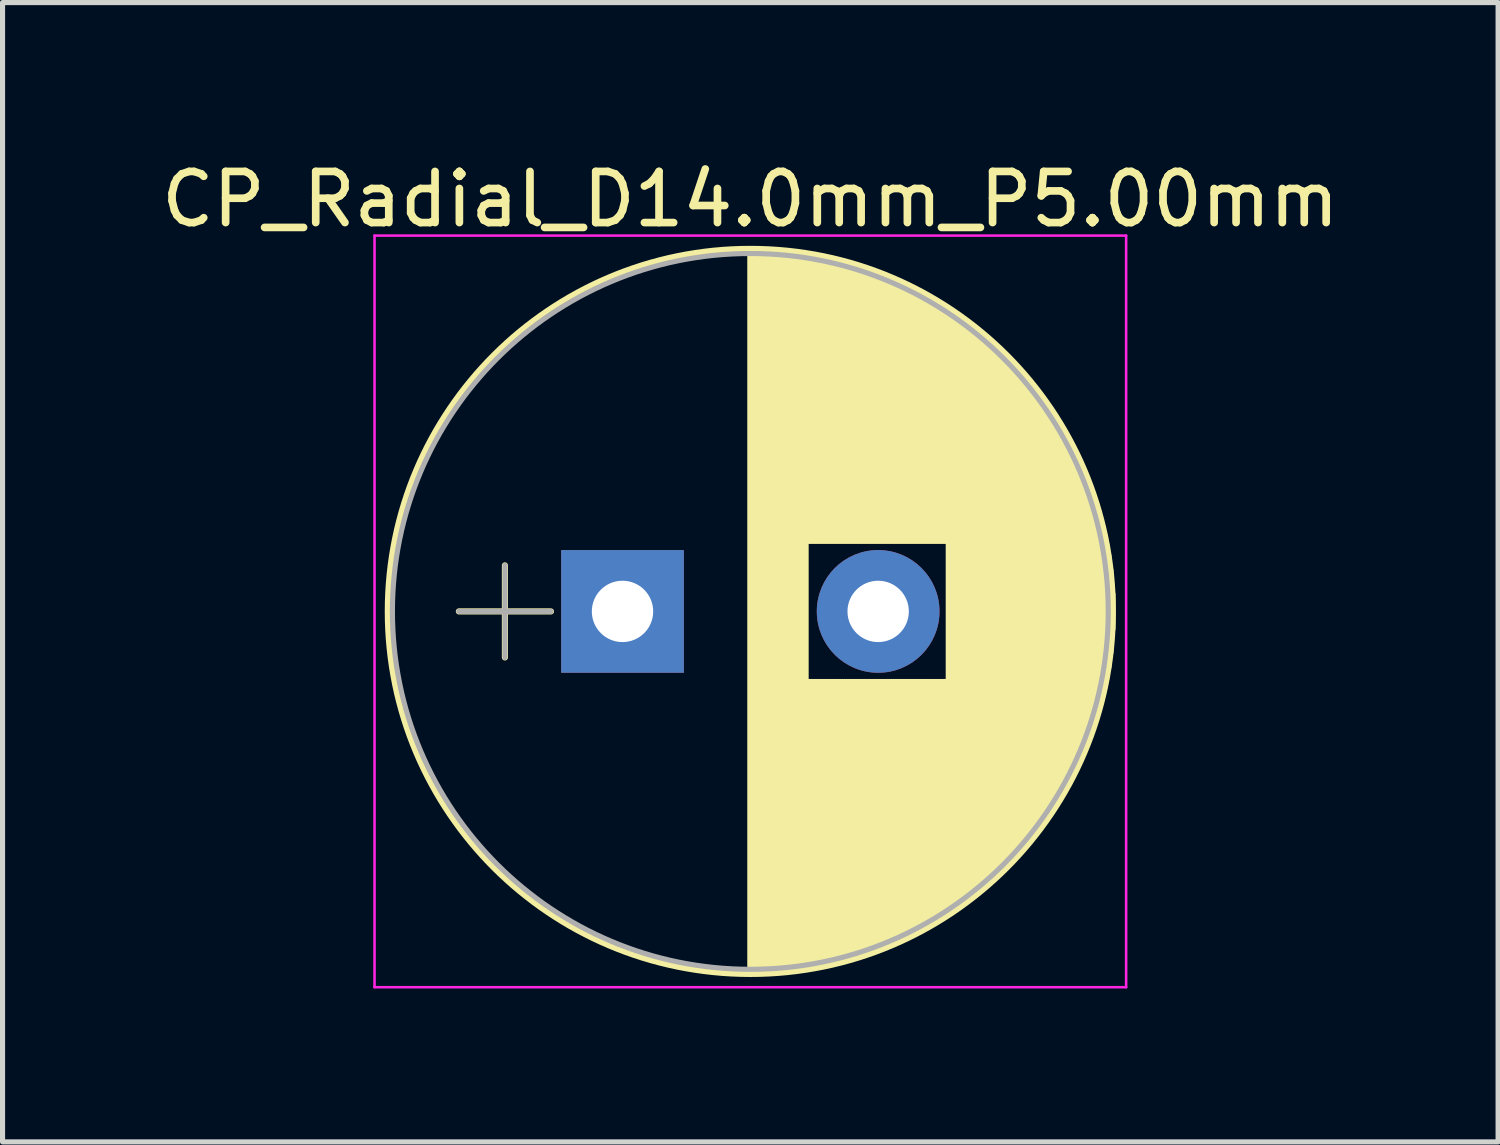
<source format=kicad_pcb>
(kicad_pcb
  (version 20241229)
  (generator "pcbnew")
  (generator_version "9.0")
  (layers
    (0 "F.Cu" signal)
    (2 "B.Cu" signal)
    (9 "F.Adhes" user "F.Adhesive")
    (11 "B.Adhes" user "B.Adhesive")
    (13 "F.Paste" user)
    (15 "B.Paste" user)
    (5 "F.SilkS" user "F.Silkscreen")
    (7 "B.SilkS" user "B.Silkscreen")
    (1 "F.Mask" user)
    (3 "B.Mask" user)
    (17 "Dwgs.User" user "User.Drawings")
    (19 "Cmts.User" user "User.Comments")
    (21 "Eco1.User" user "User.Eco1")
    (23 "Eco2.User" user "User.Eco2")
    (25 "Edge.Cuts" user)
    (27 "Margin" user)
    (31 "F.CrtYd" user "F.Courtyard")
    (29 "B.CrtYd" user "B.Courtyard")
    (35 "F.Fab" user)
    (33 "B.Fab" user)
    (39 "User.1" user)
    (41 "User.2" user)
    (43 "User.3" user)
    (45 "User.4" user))
  (footprint "CP_Radial_D14.0mm_P5.00mm"
    (layer "F.Cu")
    (at 9.125 8.908)
    (property "Reference" "CP_Radial_D14.0mm_P5.00mm" (at 2.5 -8.06 0) (layer "F.SilkS") (effects (font (size 1 1) (thickness 0.15))))
    (attr through_hole)
    (fp_line (start -3.2 0) (end -1.4 0) (stroke (width 0.12) (type solid)) (layer "F.SilkS"))
    (fp_line (start -2.3 -0.9) (end -2.3 0.9) (stroke (width 0.12) (type solid)) (layer "F.SilkS"))
    (fp_line (start 2.5 -7.05) (end 2.5 7.05) (stroke (width 0.12) (type solid)) (layer "F.SilkS"))
    (fp_line (start 2.54 -7.05) (end 2.54 7.05) (stroke (width 0.12) (type solid)) (layer "F.SilkS"))
    (fp_line (start 2.58 -7.05) (end 2.58 7.05) (stroke (width 0.12) (type solid)) (layer "F.SilkS"))
    (fp_line (start 2.62 -7.049) (end 2.62 7.049) (stroke (width 0.12) (type solid)) (layer "F.SilkS"))
    (fp_line (start 2.66 -7.049) (end 2.66 7.049) (stroke (width 0.12) (type solid)) (layer "F.SilkS"))
    (fp_line (start 2.7 -7.048) (end 2.7 7.048) (stroke (width 0.12) (type solid)) (layer "F.SilkS"))
    (fp_line (start 2.74 -7.046) (end 2.74 7.046) (stroke (width 0.12) (type solid)) (layer "F.SilkS"))
    (fp_line (start 2.78 -7.045) (end 2.78 7.045) (stroke (width 0.12) (type solid)) (layer "F.SilkS"))
    (fp_line (start 2.82 -7.043) (end 2.82 7.043) (stroke (width 0.12) (type solid)) (layer "F.SilkS"))
    (fp_line (start 2.86 -7.041) (end 2.86 7.041) (stroke (width 0.12) (type solid)) (layer "F.SilkS"))
    (fp_line (start 2.9 -7.039) (end 2.9 7.039) (stroke (width 0.12) (type solid)) (layer "F.SilkS"))
    (fp_line (start 2.94 -7.037) (end 2.94 7.037) (stroke (width 0.12) (type solid)) (layer "F.SilkS"))
    (fp_line (start 2.98 -7.034) (end 2.98 7.034) (stroke (width 0.12) (type solid)) (layer "F.SilkS"))
    (fp_line (start 3.02 -7.031) (end 3.02 7.031) (stroke (width 0.12) (type solid)) (layer "F.SilkS"))
    (fp_line (start 3.06 -7.028) (end 3.06 7.028) (stroke (width 0.12) (type solid)) (layer "F.SilkS"))
    (fp_line (start 3.1 -7.025) (end 3.1 7.025) (stroke (width 0.12) (type solid)) (layer "F.SilkS"))
    (fp_line (start 3.14 -7.022) (end 3.14 7.022) (stroke (width 0.12) (type solid)) (layer "F.SilkS"))
    (fp_line (start 3.18 -7.018) (end 3.18 7.018) (stroke (width 0.12) (type solid)) (layer "F.SilkS"))
    (fp_line (start 3.221 -7.014) (end 3.221 7.014) (stroke (width 0.12) (type solid)) (layer "F.SilkS"))
    (fp_line (start 3.261 -7.01) (end 3.261 7.01) (stroke (width 0.12) (type solid)) (layer "F.SilkS"))
    (fp_line (start 3.301 -7.005) (end 3.301 7.005) (stroke (width 0.12) (type solid)) (layer "F.SilkS"))
    (fp_line (start 3.341 -7.001) (end 3.341 7.001) (stroke (width 0.12) (type solid)) (layer "F.SilkS"))
    (fp_line (start 3.381 -6.996) (end 3.381 6.996) (stroke (width 0.12) (type solid)) (layer "F.SilkS"))
    (fp_line (start 3.421 -6.991) (end 3.421 6.991) (stroke (width 0.12) (type solid)) (layer "F.SilkS"))
    (fp_line (start 3.461 -6.985) (end 3.461 6.985) (stroke (width 0.12) (type solid)) (layer "F.SilkS"))
    (fp_line (start 3.501 -6.98) (end 3.501 6.98) (stroke (width 0.12) (type solid)) (layer "F.SilkS"))
    (fp_line (start 3.541 -6.974) (end 3.541 6.974) (stroke (width 0.12) (type solid)) (layer "F.SilkS"))
    (fp_line (start 3.581 -6.968) (end 3.581 6.968) (stroke (width 0.12) (type solid)) (layer "F.SilkS"))
    (fp_line (start 3.621 -6.961) (end 3.621 -1.38) (stroke (width 0.12) (type solid)) (layer "F.SilkS"))
    (fp_line (start 3.621 1.38) (end 3.621 6.961) (stroke (width 0.12) (type solid)) (layer "F.SilkS"))
    (fp_line (start 3.661 -6.955) (end 3.661 -1.38) (stroke (width 0.12) (type solid)) (layer "F.SilkS"))
    (fp_line (start 3.661 1.38) (end 3.661 6.955) (stroke (width 0.12) (type solid)) (layer "F.SilkS"))
    (fp_line (start 3.701 -6.948) (end 3.701 -1.38) (stroke (width 0.12) (type solid)) (layer "F.SilkS"))
    (fp_line (start 3.701 1.38) (end 3.701 6.948) (stroke (width 0.12) (type solid)) (layer "F.SilkS"))
    (fp_line (start 3.741 -6.941) (end 3.741 -1.38) (stroke (width 0.12) (type solid)) (layer "F.SilkS"))
    (fp_line (start 3.741 1.38) (end 3.741 6.941) (stroke (width 0.12) (type solid)) (layer "F.SilkS"))
    (fp_line (start 3.781 -6.934) (end 3.781 -1.38) (stroke (width 0.12) (type solid)) (layer "F.SilkS"))
    (fp_line (start 3.781 1.38) (end 3.781 6.934) (stroke (width 0.12) (type solid)) (layer "F.SilkS"))
    (fp_line (start 3.821 -6.927) (end 3.821 -1.38) (stroke (width 0.12) (type solid)) (layer "F.SilkS"))
    (fp_line (start 3.821 1.38) (end 3.821 6.927) (stroke (width 0.12) (type solid)) (layer "F.SilkS"))
    (fp_line (start 3.861 -6.919) (end 3.861 -1.38) (stroke (width 0.12) (type solid)) (layer "F.SilkS"))
    (fp_line (start 3.861 1.38) (end 3.861 6.919) (stroke (width 0.12) (type solid)) (layer "F.SilkS"))
    (fp_line (start 3.901 -6.911) (end 3.901 -1.38) (stroke (width 0.12) (type solid)) (layer "F.SilkS"))
    (fp_line (start 3.901 1.38) (end 3.901 6.911) (stroke (width 0.12) (type solid)) (layer "F.SilkS"))
    (fp_line (start 3.941 -6.903) (end 3.941 -1.38) (stroke (width 0.12) (type solid)) (layer "F.SilkS"))
    (fp_line (start 3.941 1.38) (end 3.941 6.903) (stroke (width 0.12) (type solid)) (layer "F.SilkS"))
    (fp_line (start 3.981 -6.894) (end 3.981 -1.38) (stroke (width 0.12) (type solid)) (layer "F.SilkS"))
    (fp_line (start 3.981 1.38) (end 3.981 6.894) (stroke (width 0.12) (type solid)) (layer "F.SilkS"))
    (fp_line (start 4.021 -6.886) (end 4.021 -1.38) (stroke (width 0.12) (type solid)) (layer "F.SilkS"))
    (fp_line (start 4.021 1.38) (end 4.021 6.886) (stroke (width 0.12) (type solid)) (layer "F.SilkS"))
    (fp_line (start 4.061 -6.877) (end 4.061 -1.38) (stroke (width 0.12) (type solid)) (layer "F.SilkS"))
    (fp_line (start 4.061 1.38) (end 4.061 6.877) (stroke (width 0.12) (type solid)) (layer "F.SilkS"))
    (fp_line (start 4.101 -6.868) (end 4.101 -1.38) (stroke (width 0.12) (type solid)) (layer "F.SilkS"))
    (fp_line (start 4.101 1.38) (end 4.101 6.868) (stroke (width 0.12) (type solid)) (layer "F.SilkS"))
    (fp_line (start 4.141 -6.858) (end 4.141 -1.38) (stroke (width 0.12) (type solid)) (layer "F.SilkS"))
    (fp_line (start 4.141 1.38) (end 4.141 6.858) (stroke (width 0.12) (type solid)) (layer "F.SilkS"))
    (fp_line (start 4.181 -6.849) (end 4.181 -1.38) (stroke (width 0.12) (type solid)) (layer "F.SilkS"))
    (fp_line (start 4.181 1.38) (end 4.181 6.849) (stroke (width 0.12) (type solid)) (layer "F.SilkS"))
    (fp_line (start 4.221 -6.839) (end 4.221 -1.38) (stroke (width 0.12) (type solid)) (layer "F.SilkS"))
    (fp_line (start 4.221 1.38) (end 4.221 6.839) (stroke (width 0.12) (type solid)) (layer "F.SilkS"))
    (fp_line (start 4.261 -6.829) (end 4.261 -1.38) (stroke (width 0.12) (type solid)) (layer "F.SilkS"))
    (fp_line (start 4.261 1.38) (end 4.261 6.829) (stroke (width 0.12) (type solid)) (layer "F.SilkS"))
    (fp_line (start 4.301 -6.818) (end 4.301 -1.38) (stroke (width 0.12) (type solid)) (layer "F.SilkS"))
    (fp_line (start 4.301 1.38) (end 4.301 6.818) (stroke (width 0.12) (type solid)) (layer "F.SilkS"))
    (fp_line (start 4.341 -6.808) (end 4.341 -1.38) (stroke (width 0.12) (type solid)) (layer "F.SilkS"))
    (fp_line (start 4.341 1.38) (end 4.341 6.808) (stroke (width 0.12) (type solid)) (layer "F.SilkS"))
    (fp_line (start 4.381 -6.797) (end 4.381 -1.38) (stroke (width 0.12) (type solid)) (layer "F.SilkS"))
    (fp_line (start 4.381 1.38) (end 4.381 6.797) (stroke (width 0.12) (type solid)) (layer "F.SilkS"))
    (fp_line (start 4.421 -6.786) (end 4.421 -1.38) (stroke (width 0.12) (type solid)) (layer "F.SilkS"))
    (fp_line (start 4.421 1.38) (end 4.421 6.786) (stroke (width 0.12) (type solid)) (layer "F.SilkS"))
    (fp_line (start 4.461 -6.774) (end 4.461 -1.38) (stroke (width 0.12) (type solid)) (layer "F.SilkS"))
    (fp_line (start 4.461 1.38) (end 4.461 6.774) (stroke (width 0.12) (type solid)) (layer "F.SilkS"))
    (fp_line (start 4.501 -6.763) (end 4.501 -1.38) (stroke (width 0.12) (type solid)) (layer "F.SilkS"))
    (fp_line (start 4.501 1.38) (end 4.501 6.763) (stroke (width 0.12) (type solid)) (layer "F.SilkS"))
    (fp_line (start 4.541 -6.751) (end 4.541 -1.38) (stroke (width 0.12) (type solid)) (layer "F.SilkS"))
    (fp_line (start 4.541 1.38) (end 4.541 6.751) (stroke (width 0.12) (type solid)) (layer "F.SilkS"))
    (fp_line (start 4.581 -6.739) (end 4.581 -1.38) (stroke (width 0.12) (type solid)) (layer "F.SilkS"))
    (fp_line (start 4.581 1.38) (end 4.581 6.739) (stroke (width 0.12) (type solid)) (layer "F.SilkS"))
    (fp_line (start 4.621 -6.726) (end 4.621 -1.38) (stroke (width 0.12) (type solid)) (layer "F.SilkS"))
    (fp_line (start 4.621 1.38) (end 4.621 6.726) (stroke (width 0.12) (type solid)) (layer "F.SilkS"))
    (fp_line (start 4.661 -6.713) (end 4.661 -1.38) (stroke (width 0.12) (type solid)) (layer "F.SilkS"))
    (fp_line (start 4.661 1.38) (end 4.661 6.713) (stroke (width 0.12) (type solid)) (layer "F.SilkS"))
    (fp_line (start 4.701 -6.701) (end 4.701 -1.38) (stroke (width 0.12) (type solid)) (layer "F.SilkS"))
    (fp_line (start 4.701 1.38) (end 4.701 6.701) (stroke (width 0.12) (type solid)) (layer "F.SilkS"))
    (fp_line (start 4.741 -6.687) (end 4.741 -1.38) (stroke (width 0.12) (type solid)) (layer "F.SilkS"))
    (fp_line (start 4.741 1.38) (end 4.741 6.687) (stroke (width 0.12) (type solid)) (layer "F.SilkS"))
    (fp_line (start 4.781 -6.674) (end 4.781 -1.38) (stroke (width 0.12) (type solid)) (layer "F.SilkS"))
    (fp_line (start 4.781 1.38) (end 4.781 6.674) (stroke (width 0.12) (type solid)) (layer "F.SilkS"))
    (fp_line (start 4.821 -6.66) (end 4.821 -1.38) (stroke (width 0.12) (type solid)) (layer "F.SilkS"))
    (fp_line (start 4.821 1.38) (end 4.821 6.66) (stroke (width 0.12) (type solid)) (layer "F.SilkS"))
    (fp_line (start 4.861 -6.646) (end 4.861 -1.38) (stroke (width 0.12) (type solid)) (layer "F.SilkS"))
    (fp_line (start 4.861 1.38) (end 4.861 6.646) (stroke (width 0.12) (type solid)) (layer "F.SilkS"))
    (fp_line (start 4.901 -6.632) (end 4.901 -1.38) (stroke (width 0.12) (type solid)) (layer "F.SilkS"))
    (fp_line (start 4.901 1.38) (end 4.901 6.632) (stroke (width 0.12) (type solid)) (layer "F.SilkS"))
    (fp_line (start 4.941 -6.617) (end 4.941 -1.38) (stroke (width 0.12) (type solid)) (layer "F.SilkS"))
    (fp_line (start 4.941 1.38) (end 4.941 6.617) (stroke (width 0.12) (type solid)) (layer "F.SilkS"))
    (fp_line (start 4.981 -6.603) (end 4.981 -1.38) (stroke (width 0.12) (type solid)) (layer "F.SilkS"))
    (fp_line (start 4.981 1.38) (end 4.981 6.603) (stroke (width 0.12) (type solid)) (layer "F.SilkS"))
    (fp_line (start 5.021 -6.588) (end 5.021 -1.38) (stroke (width 0.12) (type solid)) (layer "F.SilkS"))
    (fp_line (start 5.021 1.38) (end 5.021 6.588) (stroke (width 0.12) (type solid)) (layer "F.SilkS"))
    (fp_line (start 5.061 -6.572) (end 5.061 -1.38) (stroke (width 0.12) (type solid)) (layer "F.SilkS"))
    (fp_line (start 5.061 1.38) (end 5.061 6.572) (stroke (width 0.12) (type solid)) (layer "F.SilkS"))
    (fp_line (start 5.101 -6.557) (end 5.101 -1.38) (stroke (width 0.12) (type solid)) (layer "F.SilkS"))
    (fp_line (start 5.101 1.38) (end 5.101 6.557) (stroke (width 0.12) (type solid)) (layer "F.SilkS"))
    (fp_line (start 5.141 -6.541) (end 5.141 -1.38) (stroke (width 0.12) (type solid)) (layer "F.SilkS"))
    (fp_line (start 5.141 1.38) (end 5.141 6.541) (stroke (width 0.12) (type solid)) (layer "F.SilkS"))
    (fp_line (start 5.181 -6.524) (end 5.181 -1.38) (stroke (width 0.12) (type solid)) (layer "F.SilkS"))
    (fp_line (start 5.181 1.38) (end 5.181 6.524) (stroke (width 0.12) (type solid)) (layer "F.SilkS"))
    (fp_line (start 5.221 -6.508) (end 5.221 -1.38) (stroke (width 0.12) (type solid)) (layer "F.SilkS"))
    (fp_line (start 5.221 1.38) (end 5.221 6.508) (stroke (width 0.12) (type solid)) (layer "F.SilkS"))
    (fp_line (start 5.261 -6.491) (end 5.261 -1.38) (stroke (width 0.12) (type solid)) (layer "F.SilkS"))
    (fp_line (start 5.261 1.38) (end 5.261 6.491) (stroke (width 0.12) (type solid)) (layer "F.SilkS"))
    (fp_line (start 5.301 -6.474) (end 5.301 -1.38) (stroke (width 0.12) (type solid)) (layer "F.SilkS"))
    (fp_line (start 5.301 1.38) (end 5.301 6.474) (stroke (width 0.12) (type solid)) (layer "F.SilkS"))
    (fp_line (start 5.341 -6.457) (end 5.341 -1.38) (stroke (width 0.12) (type solid)) (layer "F.SilkS"))
    (fp_line (start 5.341 1.38) (end 5.341 6.457) (stroke (width 0.12) (type solid)) (layer "F.SilkS"))
    (fp_line (start 5.381 -6.439) (end 5.381 -1.38) (stroke (width 0.12) (type solid)) (layer "F.SilkS"))
    (fp_line (start 5.381 1.38) (end 5.381 6.439) (stroke (width 0.12) (type solid)) (layer "F.SilkS"))
    (fp_line (start 5.421 -6.421) (end 5.421 -1.38) (stroke (width 0.12) (type solid)) (layer "F.SilkS"))
    (fp_line (start 5.421 1.38) (end 5.421 6.421) (stroke (width 0.12) (type solid)) (layer "F.SilkS"))
    (fp_line (start 5.461 -6.403) (end 5.461 -1.38) (stroke (width 0.12) (type solid)) (layer "F.SilkS"))
    (fp_line (start 5.461 1.38) (end 5.461 6.403) (stroke (width 0.12) (type solid)) (layer "F.SilkS"))
    (fp_line (start 5.501 -6.385) (end 5.501 -1.38) (stroke (width 0.12) (type solid)) (layer "F.SilkS"))
    (fp_line (start 5.501 1.38) (end 5.501 6.385) (stroke (width 0.12) (type solid)) (layer "F.SilkS"))
    (fp_line (start 5.541 -6.366) (end 5.541 -1.38) (stroke (width 0.12) (type solid)) (layer "F.SilkS"))
    (fp_line (start 5.541 1.38) (end 5.541 6.366) (stroke (width 0.12) (type solid)) (layer "F.SilkS"))
    (fp_line (start 5.581 -6.347) (end 5.581 -1.38) (stroke (width 0.12) (type solid)) (layer "F.SilkS"))
    (fp_line (start 5.581 1.38) (end 5.581 6.347) (stroke (width 0.12) (type solid)) (layer "F.SilkS"))
    (fp_line (start 5.621 -6.327) (end 5.621 -1.38) (stroke (width 0.12) (type solid)) (layer "F.SilkS"))
    (fp_line (start 5.621 1.38) (end 5.621 6.327) (stroke (width 0.12) (type solid)) (layer "F.SilkS"))
    (fp_line (start 5.661 -6.307) (end 5.661 -1.38) (stroke (width 0.12) (type solid)) (layer "F.SilkS"))
    (fp_line (start 5.661 1.38) (end 5.661 6.307) (stroke (width 0.12) (type solid)) (layer "F.SilkS"))
    (fp_line (start 5.701 -6.287) (end 5.701 -1.38) (stroke (width 0.12) (type solid)) (layer "F.SilkS"))
    (fp_line (start 5.701 1.38) (end 5.701 6.287) (stroke (width 0.12) (type solid)) (layer "F.SilkS"))
    (fp_line (start 5.741 -6.267) (end 5.741 -1.38) (stroke (width 0.12) (type solid)) (layer "F.SilkS"))
    (fp_line (start 5.741 1.38) (end 5.741 6.267) (stroke (width 0.12) (type solid)) (layer "F.SilkS"))
    (fp_line (start 5.781 -6.246) (end 5.781 -1.38) (stroke (width 0.12) (type solid)) (layer "F.SilkS"))
    (fp_line (start 5.781 1.38) (end 5.781 6.246) (stroke (width 0.12) (type solid)) (layer "F.SilkS"))
    (fp_line (start 5.821 -6.225) (end 5.821 -1.38) (stroke (width 0.12) (type solid)) (layer "F.SilkS"))
    (fp_line (start 5.821 1.38) (end 5.821 6.225) (stroke (width 0.12) (type solid)) (layer "F.SilkS"))
    (fp_line (start 5.861 -6.204) (end 5.861 -1.38) (stroke (width 0.12) (type solid)) (layer "F.SilkS"))
    (fp_line (start 5.861 1.38) (end 5.861 6.204) (stroke (width 0.12) (type solid)) (layer "F.SilkS"))
    (fp_line (start 5.901 -6.182) (end 5.901 -1.38) (stroke (width 0.12) (type solid)) (layer "F.SilkS"))
    (fp_line (start 5.901 1.38) (end 5.901 6.182) (stroke (width 0.12) (type solid)) (layer "F.SilkS"))
    (fp_line (start 5.941 -6.16) (end 5.941 -1.38) (stroke (width 0.12) (type solid)) (layer "F.SilkS"))
    (fp_line (start 5.941 1.38) (end 5.941 6.16) (stroke (width 0.12) (type solid)) (layer "F.SilkS"))
    (fp_line (start 5.981 -6.138) (end 5.981 -1.38) (stroke (width 0.12) (type solid)) (layer "F.SilkS"))
    (fp_line (start 5.981 1.38) (end 5.981 6.138) (stroke (width 0.12) (type solid)) (layer "F.SilkS"))
    (fp_line (start 6.021 -6.115) (end 6.021 -1.38) (stroke (width 0.12) (type solid)) (layer "F.SilkS"))
    (fp_line (start 6.021 1.38) (end 6.021 6.115) (stroke (width 0.12) (type solid)) (layer "F.SilkS"))
    (fp_line (start 6.061 -6.092) (end 6.061 -1.38) (stroke (width 0.12) (type solid)) (layer "F.SilkS"))
    (fp_line (start 6.061 1.38) (end 6.061 6.092) (stroke (width 0.12) (type solid)) (layer "F.SilkS"))
    (fp_line (start 6.101 -6.069) (end 6.101 -1.38) (stroke (width 0.12) (type solid)) (layer "F.SilkS"))
    (fp_line (start 6.101 1.38) (end 6.101 6.069) (stroke (width 0.12) (type solid)) (layer "F.SilkS"))
    (fp_line (start 6.141 -6.045) (end 6.141 -1.38) (stroke (width 0.12) (type solid)) (layer "F.SilkS"))
    (fp_line (start 6.141 1.38) (end 6.141 6.045) (stroke (width 0.12) (type solid)) (layer "F.SilkS"))
    (fp_line (start 6.181 -6.021) (end 6.181 -1.38) (stroke (width 0.12) (type solid)) (layer "F.SilkS"))
    (fp_line (start 6.181 1.38) (end 6.181 6.021) (stroke (width 0.12) (type solid)) (layer "F.SilkS"))
    (fp_line (start 6.221 -5.996) (end 6.221 -1.38) (stroke (width 0.12) (type solid)) (layer "F.SilkS"))
    (fp_line (start 6.221 1.38) (end 6.221 5.996) (stroke (width 0.12) (type solid)) (layer "F.SilkS"))
    (fp_line (start 6.261 -5.971) (end 6.261 -1.38) (stroke (width 0.12) (type solid)) (layer "F.SilkS"))
    (fp_line (start 6.261 1.38) (end 6.261 5.971) (stroke (width 0.12) (type solid)) (layer "F.SilkS"))
    (fp_line (start 6.301 -5.946) (end 6.301 -1.38) (stroke (width 0.12) (type solid)) (layer "F.SilkS"))
    (fp_line (start 6.301 1.38) (end 6.301 5.946) (stroke (width 0.12) (type solid)) (layer "F.SilkS"))
    (fp_line (start 6.341 -5.921) (end 6.341 -1.38) (stroke (width 0.12) (type solid)) (layer "F.SilkS"))
    (fp_line (start 6.341 1.38) (end 6.341 5.921) (stroke (width 0.12) (type solid)) (layer "F.SilkS"))
    (fp_line (start 6.381 -5.895) (end 6.381 5.895) (stroke (width 0.12) (type solid)) (layer "F.SilkS"))
    (fp_line (start 6.421 -5.868) (end 6.421 5.868) (stroke (width 0.12) (type solid)) (layer "F.SilkS"))
    (fp_line (start 6.461 -5.842) (end 6.461 5.842) (stroke (width 0.12) (type solid)) (layer "F.SilkS"))
    (fp_line (start 6.501 -5.814) (end 6.501 5.814) (stroke (width 0.12) (type solid)) (layer "F.SilkS"))
    (fp_line (start 6.541 -5.787) (end 6.541 5.787) (stroke (width 0.12) (type solid)) (layer "F.SilkS"))
    (fp_line (start 6.581 -5.759) (end 6.581 5.759) (stroke (width 0.12) (type solid)) (layer "F.SilkS"))
    (fp_line (start 6.621 -5.731) (end 6.621 5.731) (stroke (width 0.12) (type solid)) (layer "F.SilkS"))
    (fp_line (start 6.661 -5.702) (end 6.661 5.702) (stroke (width 0.12) (type solid)) (layer "F.SilkS"))
    (fp_line (start 6.701 -5.673) (end 6.701 5.673) (stroke (width 0.12) (type solid)) (layer "F.SilkS"))
    (fp_line (start 6.741 -5.643) (end 6.741 5.643) (stroke (width 0.12) (type solid)) (layer "F.SilkS"))
    (fp_line (start 6.781 -5.613) (end 6.781 5.613) (stroke (width 0.12) (type solid)) (layer "F.SilkS"))
    (fp_line (start 6.821 -5.582) (end 6.821 5.582) (stroke (width 0.12) (type solid)) (layer "F.SilkS"))
    (fp_line (start 6.861 -5.551) (end 6.861 5.551) (stroke (width 0.12) (type solid)) (layer "F.SilkS"))
    (fp_line (start 6.901 -5.52) (end 6.901 5.52) (stroke (width 0.12) (type solid)) (layer "F.SilkS"))
    (fp_line (start 6.941 -5.488) (end 6.941 5.488) (stroke (width 0.12) (type solid)) (layer "F.SilkS"))
    (fp_line (start 6.981 -5.456) (end 6.981 5.456) (stroke (width 0.12) (type solid)) (layer "F.SilkS"))
    (fp_line (start 7.021 -5.423) (end 7.021 5.423) (stroke (width 0.12) (type solid)) (layer "F.SilkS"))
    (fp_line (start 7.061 -5.39) (end 7.061 5.39) (stroke (width 0.12) (type solid)) (layer "F.SilkS"))
    (fp_line (start 7.101 -5.356) (end 7.101 5.356) (stroke (width 0.12) (type solid)) (layer "F.SilkS"))
    (fp_line (start 7.141 -5.321) (end 7.141 5.321) (stroke (width 0.12) (type solid)) (layer "F.SilkS"))
    (fp_line (start 7.181 -5.286) (end 7.181 5.286) (stroke (width 0.12) (type solid)) (layer "F.SilkS"))
    (fp_line (start 7.221 -5.251) (end 7.221 5.251) (stroke (width 0.12) (type solid)) (layer "F.SilkS"))
    (fp_line (start 7.261 -5.215) (end 7.261 5.215) (stroke (width 0.12) (type solid)) (layer "F.SilkS"))
    (fp_line (start 7.301 -5.179) (end 7.301 5.179) (stroke (width 0.12) (type solid)) (layer "F.SilkS"))
    (fp_line (start 7.341 -5.141) (end 7.341 5.141) (stroke (width 0.12) (type solid)) (layer "F.SilkS"))
    (fp_line (start 7.381 -5.104) (end 7.381 5.104) (stroke (width 0.12) (type solid)) (layer "F.SilkS"))
    (fp_line (start 7.421 -5.066) (end 7.421 5.066) (stroke (width 0.12) (type solid)) (layer "F.SilkS"))
    (fp_line (start 7.461 -5.027) (end 7.461 5.027) (stroke (width 0.12) (type solid)) (layer "F.SilkS"))
    (fp_line (start 7.501 -4.987) (end 7.501 4.987) (stroke (width 0.12) (type solid)) (layer "F.SilkS"))
    (fp_line (start 7.541 -4.947) (end 7.541 4.947) (stroke (width 0.12) (type solid)) (layer "F.SilkS"))
    (fp_line (start 7.581 -4.906) (end 7.581 4.906) (stroke (width 0.12) (type solid)) (layer "F.SilkS"))
    (fp_line (start 7.621 -4.865) (end 7.621 4.865) (stroke (width 0.12) (type solid)) (layer "F.SilkS"))
    (fp_line (start 7.661 -4.823) (end 7.661 4.823) (stroke (width 0.12) (type solid)) (layer "F.SilkS"))
    (fp_line (start 7.701 -4.78) (end 7.701 4.78) (stroke (width 0.12) (type solid)) (layer "F.SilkS"))
    (fp_line (start 7.741 -4.737) (end 7.741 4.737) (stroke (width 0.12) (type solid)) (layer "F.SilkS"))
    (fp_line (start 7.781 -4.692) (end 7.781 4.692) (stroke (width 0.12) (type solid)) (layer "F.SilkS"))
    (fp_line (start 7.821 -4.647) (end 7.821 4.647) (stroke (width 0.12) (type solid)) (layer "F.SilkS"))
    (fp_line (start 7.861 -4.601) (end 7.861 4.601) (stroke (width 0.12) (type solid)) (layer "F.SilkS"))
    (fp_line (start 7.901 -4.555) (end 7.901 4.555) (stroke (width 0.12) (type solid)) (layer "F.SilkS"))
    (fp_line (start 7.941 -4.507) (end 7.941 4.507) (stroke (width 0.12) (type solid)) (layer "F.SilkS"))
    (fp_line (start 7.981 -4.459) (end 7.981 4.459) (stroke (width 0.12) (type solid)) (layer "F.SilkS"))
    (fp_line (start 8.021 -4.41) (end 8.021 4.41) (stroke (width 0.12) (type solid)) (layer "F.SilkS"))
    (fp_line (start 8.061 -4.36) (end 8.061 4.36) (stroke (width 0.12) (type solid)) (layer "F.SilkS"))
    (fp_line (start 8.101 -4.309) (end 8.101 4.309) (stroke (width 0.12) (type solid)) (layer "F.SilkS"))
    (fp_line (start 8.141 -4.257) (end 8.141 4.257) (stroke (width 0.12) (type solid)) (layer "F.SilkS"))
    (fp_line (start 8.181 -4.204) (end 8.181 4.204) (stroke (width 0.12) (type solid)) (layer "F.SilkS"))
    (fp_line (start 8.221 -4.15) (end 8.221 4.15) (stroke (width 0.12) (type solid)) (layer "F.SilkS"))
    (fp_line (start 8.261 -4.095) (end 8.261 4.095) (stroke (width 0.12) (type solid)) (layer "F.SilkS"))
    (fp_line (start 8.301 -4.038) (end 8.301 4.038) (stroke (width 0.12) (type solid)) (layer "F.SilkS"))
    (fp_line (start 8.341 -3.981) (end 8.341 3.981) (stroke (width 0.12) (type solid)) (layer "F.SilkS"))
    (fp_line (start 8.381 -3.922) (end 8.381 3.922) (stroke (width 0.12) (type solid)) (layer "F.SilkS"))
    (fp_line (start 8.421 -3.862) (end 8.421 3.862) (stroke (width 0.12) (type solid)) (layer "F.SilkS"))
    (fp_line (start 8.461 -3.801) (end 8.461 3.801) (stroke (width 0.12) (type solid)) (layer "F.SilkS"))
    (fp_line (start 8.501 -3.738) (end 8.501 3.738) (stroke (width 0.12) (type solid)) (layer "F.SilkS"))
    (fp_line (start 8.541 -3.674) (end 8.541 3.674) (stroke (width 0.12) (type solid)) (layer "F.SilkS"))
    (fp_line (start 8.581 -3.608) (end 8.581 3.608) (stroke (width 0.12) (type solid)) (layer "F.SilkS"))
    (fp_line (start 8.621 -3.54) (end 8.621 3.54) (stroke (width 0.12) (type solid)) (layer "F.SilkS"))
    (fp_line (start 8.661 -3.471) (end 8.661 3.471) (stroke (width 0.12) (type solid)) (layer "F.SilkS"))
    (fp_line (start 8.701 -3.4) (end 8.701 3.4) (stroke (width 0.12) (type solid)) (layer "F.SilkS"))
    (fp_line (start 8.741 -3.327) (end 8.741 3.327) (stroke (width 0.12) (type solid)) (layer "F.SilkS"))
    (fp_line (start 8.781 -3.251) (end 8.781 3.251) (stroke (width 0.12) (type solid)) (layer "F.SilkS"))
    (fp_line (start 8.821 -3.174) (end 8.821 3.174) (stroke (width 0.12) (type solid)) (layer "F.SilkS"))
    (fp_line (start 8.861 -3.094) (end 8.861 3.094) (stroke (width 0.12) (type solid)) (layer "F.SilkS"))
    (fp_line (start 8.901 -3.011) (end 8.901 3.011) (stroke (width 0.12) (type solid)) (layer "F.SilkS"))
    (fp_line (start 8.941 -2.926) (end 8.941 2.926) (stroke (width 0.12) (type solid)) (layer "F.SilkS"))
    (fp_line (start 8.981 -2.838) (end 8.981 2.838) (stroke (width 0.12) (type solid)) (layer "F.SilkS"))
    (fp_line (start 9.021 -2.746) (end 9.021 2.746) (stroke (width 0.12) (type solid)) (layer "F.SilkS"))
    (fp_line (start 9.061 -2.65) (end 9.061 2.65) (stroke (width 0.12) (type solid)) (layer "F.SilkS"))
    (fp_line (start 9.101 -2.55) (end 9.101 2.55) (stroke (width 0.12) (type solid)) (layer "F.SilkS"))
    (fp_line (start 9.141 -2.446) (end 9.141 2.446) (stroke (width 0.12) (type solid)) (layer "F.SilkS"))
    (fp_line (start 9.181 -2.337) (end 9.181 2.337) (stroke (width 0.12) (type solid)) (layer "F.SilkS"))
    (fp_line (start 9.221 -2.221) (end 9.221 2.221) (stroke (width 0.12) (type solid)) (layer "F.SilkS"))
    (fp_line (start 9.261 -2.098) (end 9.261 2.098) (stroke (width 0.12) (type solid)) (layer "F.SilkS"))
    (fp_line (start 9.301 -1.968) (end 9.301 1.968) (stroke (width 0.12) (type solid)) (layer "F.SilkS"))
    (fp_line (start 9.341 -1.827) (end 9.341 1.827) (stroke (width 0.12) (type solid)) (layer "F.SilkS"))
    (fp_line (start 9.381 -1.673) (end 9.381 1.673) (stroke (width 0.12) (type solid)) (layer "F.SilkS"))
    (fp_line (start 9.421 -1.504) (end 9.421 1.504) (stroke (width 0.12) (type solid)) (layer "F.SilkS"))
    (fp_line (start 9.461 -1.312) (end 9.461 1.312) (stroke (width 0.12) (type solid)) (layer "F.SilkS"))
    (fp_line (start 9.501 -1.087) (end 9.501 1.087) (stroke (width 0.12) (type solid)) (layer "F.SilkS"))
    (fp_line (start 9.541 -0.801) (end 9.541 0.801) (stroke (width 0.12) (type solid)) (layer "F.SilkS"))
    (fp_line (start 9.581 -0.337) (end 9.581 0.337) (stroke (width 0.12) (type solid)) (layer "F.SilkS"))
    (fp_circle (center 2.5 0) (end 9.59 0) (stroke (width 0.12) (type solid)) (fill no) (layer "F.SilkS"))
    (fp_line (start -4.85 -7.35) (end -4.85 7.35) (stroke (width 0.05) (type solid)) (layer "F.CrtYd"))
    (fp_line (start -4.85 7.35) (end 9.85 7.35) (stroke (width 0.05) (type solid)) (layer "F.CrtYd"))
    (fp_line (start 9.85 -7.35) (end -4.85 -7.35) (stroke (width 0.05) (type solid)) (layer "F.CrtYd"))
    (fp_line (start 9.85 7.35) (end 9.85 -7.35) (stroke (width 0.05) (type solid)) (layer "F.CrtYd"))
    (fp_line (start -3.2 0) (end -1.4 0) (stroke (width 0.1) (type solid)) (layer "F.Fab"))
    (fp_line (start -2.3 -0.9) (end -2.3 0.9) (stroke (width 0.1) (type solid)) (layer "F.Fab"))
    (fp_circle (center 2.5 0) (end 9.5 0) (stroke (width 0.1) (type solid)) (fill no) (layer "F.Fab"))
    (pad "1" thru_hole rect (at 0 0) (size 2.4 2.4) (drill 1.2) (layers "*.Cu" "*.Mask"))
    (pad "2" thru_hole circle (at 5 0) (size 2.4 2.4) (drill 1.2) (layers "*.Cu" "*.Mask")))
  (gr_rect
    (start -3 -3)
    (end 26.25 19.283)
    (stroke (width 0.1) (type default))
    (fill no)
    (layer "Edge.Cuts")))
</source>
